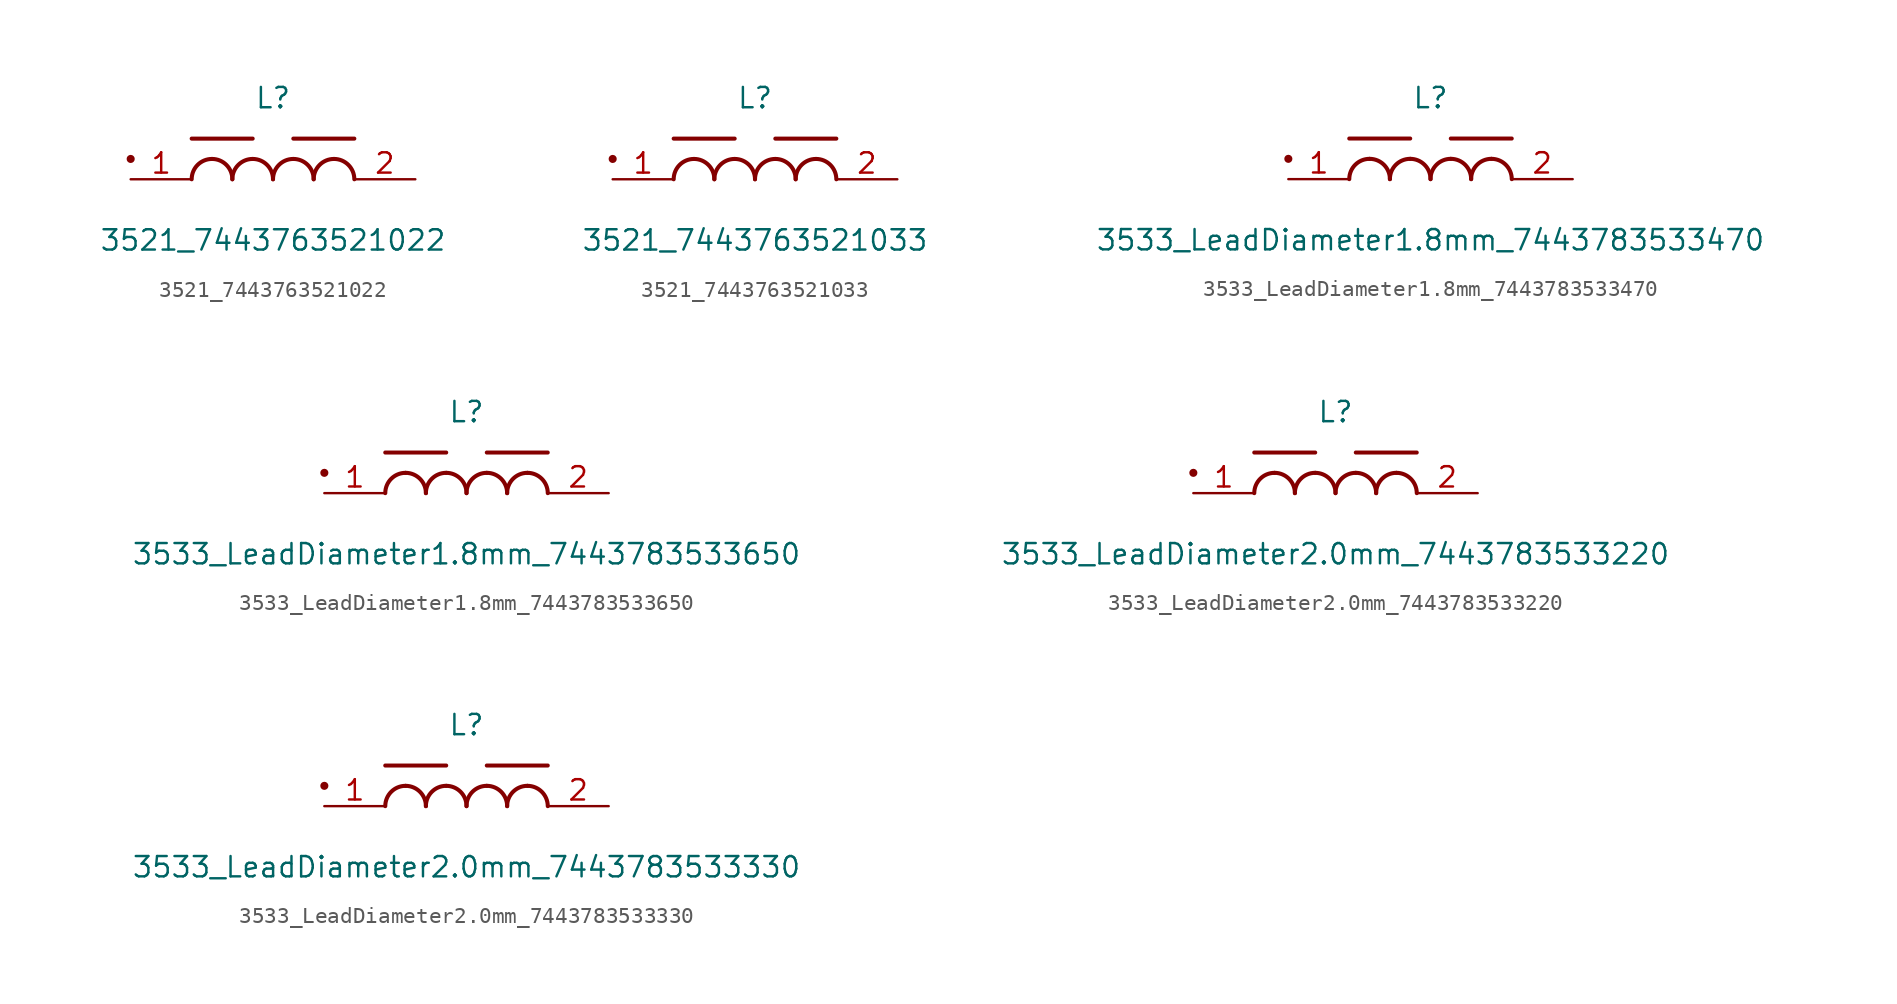
<source format=kicad_sym>
(kicad_symbol_lib
  (version 20220914)
  (generator kicad_symbol_editor)
  (symbol "3521_7443763521022"
    (pin_names hide)
    (property "Reference" "L"
      (at 0 5.08 0)
      (effects (font (size 1.27 1.27))))
    (property "Value" "3521_7443763521022"
      (at 0 -3.81 0)
      (effects (font (size 1.27 1.27))))
    (symbol "3521_7443763521022_0_1"
      (circle (center -8.89 1.27) (radius 0.0001) (stroke (width 0.254) (type default)) (fill (type none)))
      (arc (start -3.81 1.27) (mid -4.708 0.898) (end -5.08 0) (stroke (width 0.254) (type default)) (fill (type none)))
      (arc (start -2.54 0) (mid -2.912 0.898) (end -3.81 1.27) (stroke (width 0.254) (type default)) (fill (type none)))
      (arc (start -1.2699 1.2701) (mid -2.1679 0.8981) (end -2.5399 0.0001) (stroke (width 0.254) (type default)) (fill (type none)))
      (arc (start 0.0001 0.0001) (mid -0.3719 0.8981) (end -1.2699 1.2701) (stroke (width 0.254) (type default)) (fill (type none)))
      (polyline (pts (xy -5.08 2.54) (xy -1.27 2.54)) (stroke (width 0.254) (type default)) (fill (type none)))
      (polyline (pts (xy 5.08 2.54) (xy 1.27 2.54)) (stroke (width 0.254) (type default)) (fill (type none)))
      (arc (start 1.2701 1.2701) (mid 0.3721 0.8981) (end 0.0001 0.0001) (stroke (width 0.254) (type default)) (fill (type none)))
      (arc (start 2.5401 0.0001) (mid 2.1681 0.8981) (end 1.2701 1.2701) (stroke (width 0.254) (type default)) (fill (type none)))
      (arc (start 3.8101 1.2701) (mid 2.9121 0.8981) (end 2.5401 0.0001) (stroke (width 0.254) (type default)) (fill (type none)))
      (arc (start 5.0801 0.0001) (mid 4.7081 0.8981) (end 3.8101 1.2701) (stroke (width 0.254) (type default)) (fill (type none))))
    (symbol "3521_7443763521022_1_1"
      (pin passive line (at -8.89 0 0) (length 3.81) (name "1" (effects (font (size 1.27 1.27)))) (number "1" (effects (font (size 1.27 1.27)))))
      (pin passive line (at 8.89 0 180) (length 3.81) (name "2" (effects (font (size 1.27 1.27)))) (number "2" (effects (font (size 1.27 1.27)))))))
  (symbol "3521_7443763521033"
    (pin_names hide)
    (property "Reference" "L"
      (at 0 5.08 0)
      (effects (font (size 1.27 1.27))))
    (property "Value" "3521_7443763521033"
      (at 0 -3.81 0)
      (effects (font (size 1.27 1.27))))
    (symbol "3521_7443763521033_0_1"
      (circle (center -8.89 1.27) (radius 0.0001) (stroke (width 0.254) (type default)) (fill (type none)))
      (arc (start -3.81 1.27) (mid -4.708 0.898) (end -5.08 0) (stroke (width 0.254) (type default)) (fill (type none)))
      (arc (start -2.54 0) (mid -2.912 0.898) (end -3.81 1.27) (stroke (width 0.254) (type default)) (fill (type none)))
      (arc (start -1.2699 1.2701) (mid -2.1679 0.8981) (end -2.5399 0.0001) (stroke (width 0.254) (type default)) (fill (type none)))
      (arc (start 0.0001 0.0001) (mid -0.3719 0.8981) (end -1.2699 1.2701) (stroke (width 0.254) (type default)) (fill (type none)))
      (polyline (pts (xy -5.08 2.54) (xy -1.27 2.54)) (stroke (width 0.254) (type default)) (fill (type none)))
      (polyline (pts (xy 5.08 2.54) (xy 1.27 2.54)) (stroke (width 0.254) (type default)) (fill (type none)))
      (arc (start 1.2701 1.2701) (mid 0.3721 0.8981) (end 0.0001 0.0001) (stroke (width 0.254) (type default)) (fill (type none)))
      (arc (start 2.5401 0.0001) (mid 2.1681 0.8981) (end 1.2701 1.2701) (stroke (width 0.254) (type default)) (fill (type none)))
      (arc (start 3.8101 1.2701) (mid 2.9121 0.8981) (end 2.5401 0.0001) (stroke (width 0.254) (type default)) (fill (type none)))
      (arc (start 5.0801 0.0001) (mid 4.7081 0.8981) (end 3.8101 1.2701) (stroke (width 0.254) (type default)) (fill (type none))))
    (symbol "3521_7443763521033_1_1"
      (pin passive line (at -8.89 0 0) (length 3.81) (name "1" (effects (font (size 1.27 1.27)))) (number "1" (effects (font (size 1.27 1.27)))))
      (pin passive line (at 8.89 0 180) (length 3.81) (name "2" (effects (font (size 1.27 1.27)))) (number "2" (effects (font (size 1.27 1.27)))))))
  (symbol "3533_LeadDiameter1.8mm_7443783533470"
    (pin_names hide)
    (property "Reference" "L"
      (at 0 5.08 0)
      (effects (font (size 1.27 1.27))))
    (property "Value" "3533_LeadDiameter1.8mm_7443783533470"
      (at 0 -3.81 0)
      (effects (font (size 1.27 1.27))))
    (symbol "3533_LeadDiameter1.8mm_7443783533470_0_1"
      (circle (center -8.89 1.27) (radius 0.0001) (stroke (width 0.254) (type default)) (fill (type none)))
      (arc (start -3.81 1.27) (mid -4.708 0.898) (end -5.08 0) (stroke (width 0.254) (type default)) (fill (type none)))
      (arc (start -2.54 0) (mid -2.912 0.898) (end -3.81 1.27) (stroke (width 0.254) (type default)) (fill (type none)))
      (arc (start -1.2699 1.2701) (mid -2.1679 0.8981) (end -2.5399 0.0001) (stroke (width 0.254) (type default)) (fill (type none)))
      (arc (start 0.0001 0.0001) (mid -0.3719 0.8981) (end -1.2699 1.2701) (stroke (width 0.254) (type default)) (fill (type none)))
      (polyline (pts (xy -5.08 2.54) (xy -1.27 2.54)) (stroke (width 0.254) (type default)) (fill (type none)))
      (polyline (pts (xy 5.08 2.54) (xy 1.27 2.54)) (stroke (width 0.254) (type default)) (fill (type none)))
      (arc (start 1.2701 1.2701) (mid 0.3721 0.8981) (end 0.0001 0.0001) (stroke (width 0.254) (type default)) (fill (type none)))
      (arc (start 2.5401 0.0001) (mid 2.1681 0.8981) (end 1.2701 1.2701) (stroke (width 0.254) (type default)) (fill (type none)))
      (arc (start 3.8101 1.2701) (mid 2.9121 0.8981) (end 2.5401 0.0001) (stroke (width 0.254) (type default)) (fill (type none)))
      (arc (start 5.0801 0.0001) (mid 4.7081 0.8981) (end 3.8101 1.2701) (stroke (width 0.254) (type default)) (fill (type none))))
    (symbol "3533_LeadDiameter1.8mm_7443783533470_1_1"
      (pin passive line (at -8.89 0 0) (length 3.81) (name "1" (effects (font (size 1.27 1.27)))) (number "1" (effects (font (size 1.27 1.27)))))
      (pin passive line (at 8.89 0 180) (length 3.81) (name "2" (effects (font (size 1.27 1.27)))) (number "2" (effects (font (size 1.27 1.27)))))))
  (symbol "3533_LeadDiameter1.8mm_7443783533650"
    (pin_names hide)
    (property "Reference" "L"
      (at 0 5.08 0)
      (effects (font (size 1.27 1.27))))
    (property "Value" "3533_LeadDiameter1.8mm_7443783533650"
      (at 0 -3.81 0)
      (effects (font (size 1.27 1.27))))
    (symbol "3533_LeadDiameter1.8mm_7443783533650_0_1"
      (circle (center -8.89 1.27) (radius 0.0001) (stroke (width 0.254) (type default)) (fill (type none)))
      (arc (start -3.81 1.27) (mid -4.708 0.898) (end -5.08 0) (stroke (width 0.254) (type default)) (fill (type none)))
      (arc (start -2.54 0) (mid -2.912 0.898) (end -3.81 1.27) (stroke (width 0.254) (type default)) (fill (type none)))
      (arc (start -1.2699 1.2701) (mid -2.1679 0.8981) (end -2.5399 0.0001) (stroke (width 0.254) (type default)) (fill (type none)))
      (arc (start 0.0001 0.0001) (mid -0.3719 0.8981) (end -1.2699 1.2701) (stroke (width 0.254) (type default)) (fill (type none)))
      (polyline (pts (xy -5.08 2.54) (xy -1.27 2.54)) (stroke (width 0.254) (type default)) (fill (type none)))
      (polyline (pts (xy 5.08 2.54) (xy 1.27 2.54)) (stroke (width 0.254) (type default)) (fill (type none)))
      (arc (start 1.2701 1.2701) (mid 0.3721 0.8981) (end 0.0001 0.0001) (stroke (width 0.254) (type default)) (fill (type none)))
      (arc (start 2.5401 0.0001) (mid 2.1681 0.8981) (end 1.2701 1.2701) (stroke (width 0.254) (type default)) (fill (type none)))
      (arc (start 3.8101 1.2701) (mid 2.9121 0.8981) (end 2.5401 0.0001) (stroke (width 0.254) (type default)) (fill (type none)))
      (arc (start 5.0801 0.0001) (mid 4.7081 0.8981) (end 3.8101 1.2701) (stroke (width 0.254) (type default)) (fill (type none))))
    (symbol "3533_LeadDiameter1.8mm_7443783533650_1_1"
      (pin passive line (at -8.89 0 0) (length 3.81) (name "1" (effects (font (size 1.27 1.27)))) (number "1" (effects (font (size 1.27 1.27)))))
      (pin passive line (at 8.89 0 180) (length 3.81) (name "2" (effects (font (size 1.27 1.27)))) (number "2" (effects (font (size 1.27 1.27)))))))
  (symbol "3533_LeadDiameter2.0mm_7443783533220"
    (pin_names hide)
    (property "Reference" "L"
      (at 0 5.08 0)
      (effects (font (size 1.27 1.27))))
    (property "Value" "3533_LeadDiameter2.0mm_7443783533220"
      (at 0 -3.81 0)
      (effects (font (size 1.27 1.27))))
    (symbol "3533_LeadDiameter2.0mm_7443783533220_0_1"
      (circle (center -8.89 1.27) (radius 0.0001) (stroke (width 0.254) (type default)) (fill (type none)))
      (arc (start -3.81 1.27) (mid -4.708 0.898) (end -5.08 0) (stroke (width 0.254) (type default)) (fill (type none)))
      (arc (start -2.54 0) (mid -2.912 0.898) (end -3.81 1.27) (stroke (width 0.254) (type default)) (fill (type none)))
      (arc (start -1.2699 1.2701) (mid -2.1679 0.8981) (end -2.5399 0.0001) (stroke (width 0.254) (type default)) (fill (type none)))
      (arc (start 0.0001 0.0001) (mid -0.3719 0.8981) (end -1.2699 1.2701) (stroke (width 0.254) (type default)) (fill (type none)))
      (polyline (pts (xy -5.08 2.54) (xy -1.27 2.54)) (stroke (width 0.254) (type default)) (fill (type none)))
      (polyline (pts (xy 5.08 2.54) (xy 1.27 2.54)) (stroke (width 0.254) (type default)) (fill (type none)))
      (arc (start 1.2701 1.2701) (mid 0.3721 0.8981) (end 0.0001 0.0001) (stroke (width 0.254) (type default)) (fill (type none)))
      (arc (start 2.5401 0.0001) (mid 2.1681 0.8981) (end 1.2701 1.2701) (stroke (width 0.254) (type default)) (fill (type none)))
      (arc (start 3.8101 1.2701) (mid 2.9121 0.8981) (end 2.5401 0.0001) (stroke (width 0.254) (type default)) (fill (type none)))
      (arc (start 5.0801 0.0001) (mid 4.7081 0.8981) (end 3.8101 1.2701) (stroke (width 0.254) (type default)) (fill (type none))))
    (symbol "3533_LeadDiameter2.0mm_7443783533220_1_1"
      (pin passive line (at -8.89 0 0) (length 3.81) (name "1" (effects (font (size 1.27 1.27)))) (number "1" (effects (font (size 1.27 1.27)))))
      (pin passive line (at 8.89 0 180) (length 3.81) (name "2" (effects (font (size 1.27 1.27)))) (number "2" (effects (font (size 1.27 1.27)))))))
  (symbol "3533_LeadDiameter2.0mm_7443783533330"
    (pin_names hide)
    (property "Reference" "L"
      (at 0 5.08 0)
      (effects (font (size 1.27 1.27))))
    (property "Value" "3533_LeadDiameter2.0mm_7443783533330"
      (at 0 -3.81 0)
      (effects (font (size 1.27 1.27))))
    (symbol "3533_LeadDiameter2.0mm_7443783533330_0_1"
      (circle (center -8.89 1.27) (radius 0.0001) (stroke (width 0.254) (type default)) (fill (type none)))
      (arc (start -3.81 1.27) (mid -4.708 0.898) (end -5.08 0) (stroke (width 0.254) (type default)) (fill (type none)))
      (arc (start -2.54 0) (mid -2.912 0.898) (end -3.81 1.27) (stroke (width 0.254) (type default)) (fill (type none)))
      (arc (start -1.2699 1.2701) (mid -2.1679 0.8981) (end -2.5399 0.0001) (stroke (width 0.254) (type default)) (fill (type none)))
      (arc (start 0.0001 0.0001) (mid -0.3719 0.8981) (end -1.2699 1.2701) (stroke (width 0.254) (type default)) (fill (type none)))
      (polyline (pts (xy -5.08 2.54) (xy -1.27 2.54)) (stroke (width 0.254) (type default)) (fill (type none)))
      (polyline (pts (xy 5.08 2.54) (xy 1.27 2.54)) (stroke (width 0.254) (type default)) (fill (type none)))
      (arc (start 1.2701 1.2701) (mid 0.3721 0.8981) (end 0.0001 0.0001) (stroke (width 0.254) (type default)) (fill (type none)))
      (arc (start 2.5401 0.0001) (mid 2.1681 0.8981) (end 1.2701 1.2701) (stroke (width 0.254) (type default)) (fill (type none)))
      (arc (start 3.8101 1.2701) (mid 2.9121 0.8981) (end 2.5401 0.0001) (stroke (width 0.254) (type default)) (fill (type none)))
      (arc (start 5.0801 0.0001) (mid 4.7081 0.8981) (end 3.8101 1.2701) (stroke (width 0.254) (type default)) (fill (type none))))
    (symbol "3533_LeadDiameter2.0mm_7443783533330_1_1"
      (pin passive line (at -8.89 0 0) (length 3.81) (name "1" (effects (font (size 1.27 1.27)))) (number "1" (effects (font (size 1.27 1.27)))))
      (pin passive line (at 8.89 0 180) (length 3.81) (name "2" (effects (font (size 1.27 1.27)))) (number "2" (effects (font (size 1.27 1.27))))))))
</source>
